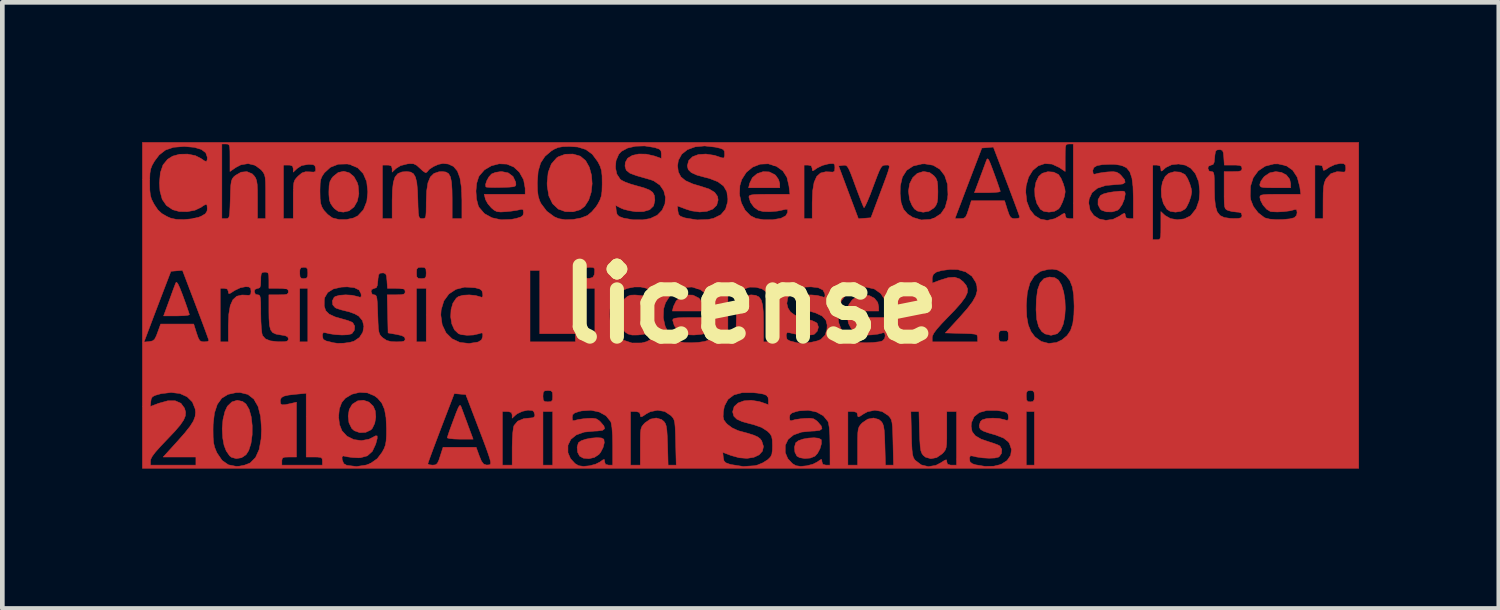
<source format=kicad_pcb>
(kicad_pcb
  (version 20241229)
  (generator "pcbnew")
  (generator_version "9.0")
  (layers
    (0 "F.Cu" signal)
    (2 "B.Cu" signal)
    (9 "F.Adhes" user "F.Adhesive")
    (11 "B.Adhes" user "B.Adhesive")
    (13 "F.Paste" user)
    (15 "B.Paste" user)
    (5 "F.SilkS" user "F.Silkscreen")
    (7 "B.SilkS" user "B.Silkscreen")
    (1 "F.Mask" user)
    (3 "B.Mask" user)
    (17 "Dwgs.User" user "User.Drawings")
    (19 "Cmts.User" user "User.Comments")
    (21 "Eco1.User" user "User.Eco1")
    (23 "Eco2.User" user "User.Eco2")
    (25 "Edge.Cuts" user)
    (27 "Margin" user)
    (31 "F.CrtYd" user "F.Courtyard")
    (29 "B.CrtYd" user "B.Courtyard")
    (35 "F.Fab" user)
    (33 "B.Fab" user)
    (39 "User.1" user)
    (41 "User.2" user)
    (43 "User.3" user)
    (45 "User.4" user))
  (footprint "license"
    (layer "F.Cu")
    (at 13.053 3.484)
    (property "Reference" "license" (at 0 0 0) (layer "F.SilkS") (effects (font (size 1.524 1.524) (thickness 0.3))))
    (attr through_hole)
    (fp_poly (pts (xy -1.235 -0.202) (xy -1.115 -0.142) (xy -1.094 -0.123) (xy -1.035 -0.039) (xy -1.009 0.047) (xy -1.009 0.051) (xy -1.009 0.139) (xy -1.678 0.139) (xy -1.655 0.043) (xy -1.595 -0.079) (xy -1.493 -0.164) (xy -1.366 -0.207) (xy -1.235 -0.202)) (stroke (width 0.01) (type solid)) (fill yes) (layer "F.Cu"))
    (fp_poly (pts (xy 0.401 -2.846) (xy 0.52 -2.787) (xy 0.541 -2.768) (xy 0.6 -2.683) (xy 0.626 -2.597) (xy 0.626 -2.594) (xy 0.626 -2.505) (xy -0.042 -2.505) (xy -0.02 -2.601) (xy 0.04 -2.723) (xy 0.143 -2.809) (xy 0.269 -2.851) (xy 0.401 -2.846)) (stroke (width 0.01) (type solid)) (fill yes) (layer "F.Cu"))
    (fp_poly (pts (xy 2.552 -0.191) (xy 2.658 -0.135) (xy 2.728 -0.046) (xy 2.749 0.051) (xy 2.749 0.139) (xy 2.418 0.139) (xy 2.265 0.138) (xy 2.168 0.133) (xy 2.115 0.122) (xy 2.092 0.101) (xy 2.088 0.068) (xy 2.088 0.067) (xy 2.111 -0.003) (xy 2.17 -0.086) (xy 2.189 -0.107) (xy 2.302 -0.181) (xy 2.428 -0.208) (xy 2.552 -0.191)) (stroke (width 0.01) (type solid)) (fill yes) (layer "F.Cu"))
    (fp_poly (pts (xy 11.39 -2.835) (xy 11.495 -2.78) (xy 11.566 -2.69) (xy 11.587 -2.594) (xy 11.587 -2.505) (xy 11.256 -2.505) (xy 11.103 -2.506) (xy 11.006 -2.511) (xy 10.953 -2.522) (xy 10.93 -2.543) (xy 10.925 -2.577) (xy 10.925 -2.577) (xy 10.949 -2.647) (xy 11.008 -2.731) (xy 11.027 -2.751) (xy 11.139 -2.826) (xy 11.266 -2.852) (xy 11.39 -2.835)) (stroke (width 0.01) (type solid)) (fill yes) (layer "F.Cu"))
    (fp_poly (pts (xy -8.187 2.093) (xy -8.095 2.181) (xy -8.052 2.28) (xy -8.04 2.412) (xy -8.063 2.546) (xy -8.114 2.654) (xy -8.145 2.688) (xy -8.257 2.742) (xy -8.385 2.748) (xy -8.501 2.707) (xy -8.557 2.657) (xy -8.616 2.536) (xy -8.633 2.392) (xy -8.61 2.251) (xy -8.546 2.141) (xy -8.544 2.138) (xy -8.429 2.066) (xy -8.305 2.053) (xy -8.187 2.093)) (stroke (width 0.01) (type solid)) (fill yes) (layer "F.Cu"))
    (fp_poly (pts (xy -12.287 -0.446) (xy -12.246 -0.359) (xy -12.189 -0.213) (xy -12.173 -0.17) (xy -12.119 -0.022) (xy -12.076 0.102) (xy -12.048 0.187) (xy -12.039 0.217) (xy -12.071 0.23) (xy -12.156 0.239) (xy -12.278 0.243) (xy -12.316 0.244) (xy -12.593 0.244) (xy -12.475 -0.078) (xy -12.422 -0.224) (xy -12.376 -0.35) (xy -12.342 -0.439) (xy -12.332 -0.466) (xy -12.314 -0.479) (xy -12.287 -0.446)) (stroke (width 0.01) (type solid)) (fill yes) (layer "F.Cu"))
    (fp_poly (pts (xy -3.202 2.862) (xy -3.149 2.888) (xy -3.148 2.889) (xy -3.138 2.963) (xy -3.163 3.064) (xy -3.216 3.168) (xy -3.254 3.216) (xy -3.351 3.28) (xy -3.471 3.307) (xy -3.589 3.295) (xy -3.668 3.251) (xy -3.711 3.167) (xy -3.721 3.059) (xy -3.693 2.964) (xy -3.693 2.964) (xy -3.636 2.923) (xy -3.538 2.889) (xy -3.418 2.866) (xy -3.299 2.856) (xy -3.202 2.862)) (stroke (width 0.01) (type solid)) (fill yes) (layer "F.Cu"))
    (fp_poly (pts (xy 1.46 2.868) (xy 1.514 2.897) (xy 1.518 2.904) (xy 1.52 2.986) (xy 1.49 3.092) (xy 1.437 3.192) (xy 1.381 3.253) (xy 1.283 3.293) (xy 1.164 3.303) (xy 1.054 3.285) (xy 0.994 3.251) (xy 0.951 3.167) (xy 0.942 3.059) (xy 0.969 2.964) (xy 0.97 2.964) (xy 1.028 2.92) (xy 1.126 2.886) (xy 1.245 2.865) (xy 1.363 2.858) (xy 1.46 2.868)) (stroke (width 0.01) (type solid)) (fill yes) (layer "F.Cu"))
    (fp_poly (pts (xy 7.997 -2.433) (xy 8.029 -2.418) (xy 8.037 -2.385) (xy 8.038 -2.37) (xy 8.018 -2.259) (xy 7.97 -2.143) (xy 7.907 -2.052) (xy 7.869 -2.021) (xy 7.758 -1.988) (xy 7.637 -1.989) (xy 7.535 -2.022) (xy 7.504 -2.047) (xy 7.454 -2.145) (xy 7.456 -2.253) (xy 7.508 -2.341) (xy 7.578 -2.376) (xy 7.696 -2.406) (xy 7.803 -2.421) (xy 7.927 -2.433) (xy 7.997 -2.433)) (stroke (width 0.01) (type solid)) (fill yes) (layer "F.Cu"))
    (fp_poly (pts (xy -6.211 2.19) (xy -6.202 2.214) (xy -6.173 2.292) (xy -6.128 2.414) (xy -6.075 2.556) (xy -6.059 2.601) (xy -5.952 2.888) (xy -6.229 2.888) (xy -6.358 2.884) (xy -6.455 2.875) (xy -6.504 2.862) (xy -6.507 2.858) (xy -6.495 2.815) (xy -6.464 2.721) (xy -6.417 2.592) (xy -6.372 2.471) (xy -6.314 2.316) (xy -6.273 2.218) (xy -6.246 2.17) (xy -6.227 2.163) (xy -6.211 2.19)) (stroke (width 0.01) (type solid)) (fill yes) (layer "F.Cu"))
    (fp_poly (pts (xy 5.11 -3.103) (xy 5.142 -3.033) (xy 5.189 -2.91) (xy 5.224 -2.815) (xy 5.278 -2.667) (xy 5.321 -2.543) (xy 5.35 -2.458) (xy 5.358 -2.427) (xy 5.326 -2.415) (xy 5.241 -2.406) (xy 5.12 -2.401) (xy 5.081 -2.401) (xy 4.803 -2.401) (xy 4.91 -2.688) (xy 4.964 -2.832) (xy 5.012 -2.962) (xy 5.047 -3.057) (xy 5.054 -3.076) (xy 5.071 -3.117) (xy 5.088 -3.128) (xy 5.11 -3.103)) (stroke (width 0.01) (type solid)) (fill yes) (layer "F.Cu"))
    (fp_poly (pts (xy -10.899 2.079) (xy -10.826 2.134) (xy -10.758 2.249) (xy -10.713 2.41) (xy -10.692 2.598) (xy -10.693 2.793) (xy -10.718 2.978) (xy -10.767 3.132) (xy -10.825 3.222) (xy -10.921 3.286) (xy -11.034 3.305) (xy -11.136 3.277) (xy -11.177 3.245) (xy -11.249 3.141) (xy -11.296 3.019) (xy -11.324 2.865) (xy -11.336 2.664) (xy -11.319 2.467) (xy -11.277 2.294) (xy -11.225 2.182) (xy -11.128 2.089) (xy -11.014 2.054) (xy -10.899 2.079)) (stroke (width 0.01) (type solid)) (fill yes) (layer "F.Cu"))
    (fp_poly (pts (xy -8.611 -2.828) (xy -8.51 -2.745) (xy -8.437 -2.614) (xy -8.419 -2.552) (xy -8.404 -2.377) (xy -8.436 -2.22) (xy -8.508 -2.094) (xy -8.613 -2.011) (xy -8.736 -1.983) (xy -8.842 -1.998) (xy -8.923 -2.054) (xy -8.956 -2.09) (xy -9.008 -2.164) (xy -9.036 -2.243) (xy -9.046 -2.353) (xy -9.047 -2.418) (xy -9.042 -2.551) (xy -9.023 -2.641) (xy -8.983 -2.713) (xy -8.956 -2.746) (xy -8.847 -2.833) (xy -8.728 -2.859) (xy -8.611 -2.828)) (stroke (width 0.01) (type solid)) (fill yes) (layer "F.Cu"))
    (fp_poly (pts (xy -5.199 -2.825) (xy -5.096 -2.747) (xy -5.041 -2.631) (xy -5.037 -2.608) (xy -5.035 -2.568) (xy -5.049 -2.542) (xy -5.092 -2.527) (xy -5.176 -2.519) (xy -5.315 -2.514) (xy -5.343 -2.513) (xy -5.484 -2.511) (xy -5.598 -2.513) (xy -5.667 -2.52) (xy -5.679 -2.524) (xy -5.686 -2.575) (xy -5.661 -2.654) (xy -5.615 -2.737) (xy -5.559 -2.799) (xy -5.556 -2.802) (xy -5.473 -2.835) (xy -5.363 -2.852) (xy -5.339 -2.853) (xy -5.199 -2.825)) (stroke (width 0.01) (type solid)) (fill yes) (layer "F.Cu"))
    (fp_poly (pts (xy 6.502 -2.841) (xy 6.602 -2.792) (xy 6.609 -2.786) (xy 6.661 -2.708) (xy 6.709 -2.594) (xy 6.743 -2.479) (xy 6.75 -2.418) (xy 6.734 -2.319) (xy 6.693 -2.2) (xy 6.642 -2.095) (xy 6.609 -2.051) (xy 6.518 -2) (xy 6.402 -1.983) (xy 6.29 -2) (xy 6.219 -2.044) (xy 6.143 -2.168) (xy 6.102 -2.319) (xy 6.096 -2.478) (xy 6.123 -2.627) (xy 6.182 -2.749) (xy 6.258 -2.816) (xy 6.377 -2.85) (xy 6.502 -2.841)) (stroke (width 0.01) (type solid)) (fill yes) (layer "F.Cu"))
    (fp_poly (pts (xy 6.526 -0.577) (xy 6.608 -0.523) (xy 6.672 -0.415) (xy 6.718 -0.269) (xy 6.745 -0.099) (xy 6.753 0.082) (xy 6.741 0.259) (xy 6.709 0.418) (xy 6.655 0.544) (xy 6.58 0.624) (xy 6.574 0.627) (xy 6.446 0.66) (xy 6.318 0.63) (xy 6.247 0.578) (xy 6.181 0.476) (xy 6.14 0.322) (xy 6.125 0.114) (xy 6.131 -0.104) (xy 6.158 -0.317) (xy 6.213 -0.468) (xy 6.297 -0.559) (xy 6.412 -0.591) (xy 6.526 -0.577)) (stroke (width 0.01) (type solid)) (fill yes) (layer "F.Cu"))
    (fp_poly (pts (xy 9.216 -2.841) (xy 9.316 -2.792) (xy 9.323 -2.786) (xy 9.374 -2.708) (xy 9.423 -2.594) (xy 9.457 -2.479) (xy 9.464 -2.418) (xy 9.447 -2.319) (xy 9.407 -2.2) (xy 9.356 -2.095) (xy 9.323 -2.051) (xy 9.232 -2) (xy 9.116 -1.983) (xy 9.004 -2) (xy 8.933 -2.044) (xy 8.857 -2.168) (xy 8.816 -2.319) (xy 8.81 -2.478) (xy 8.837 -2.627) (xy 8.896 -2.749) (xy 8.972 -2.816) (xy 9.091 -2.85) (xy 9.216 -2.841)) (stroke (width 0.01) (type solid)) (fill yes) (layer "F.Cu"))
    (fp_poly (pts (xy 3.842 -2.832) (xy 3.934 -2.763) (xy 3.979 -2.707) (xy 4.005 -2.642) (xy 4.016 -2.548) (xy 4.019 -2.418) (xy 4.016 -2.279) (xy 4.003 -2.189) (xy 3.976 -2.125) (xy 3.934 -2.073) (xy 3.829 -2.004) (xy 3.703 -1.981) (xy 3.582 -2.006) (xy 3.516 -2.051) (xy 3.463 -2.129) (xy 3.418 -2.235) (xy 3.41 -2.26) (xy 3.388 -2.433) (xy 3.413 -2.592) (xy 3.479 -2.723) (xy 3.577 -2.814) (xy 3.703 -2.853) (xy 3.72 -2.853) (xy 3.842 -2.832)) (stroke (width 0.01) (type solid)) (fill yes) (layer "F.Cu"))
    (fp_poly (pts (xy -3.654 -3.184) (xy -3.652 -3.183) (xy -3.539 -3.088) (xy -3.46 -2.948) (xy -3.413 -2.777) (xy -3.399 -2.593) (xy -3.419 -2.41) (xy -3.472 -2.243) (xy -3.557 -2.11) (xy -3.652 -2.036) (xy -3.807 -1.99) (xy -3.975 -1.994) (xy -4.124 -2.048) (xy -4.126 -2.049) (xy -4.248 -2.164) (xy -4.328 -2.33) (xy -4.363 -2.545) (xy -4.365 -2.61) (xy -4.342 -2.836) (xy -4.274 -3.016) (xy -4.162 -3.145) (xy -4.126 -3.17) (xy -3.977 -3.225) (xy -3.81 -3.229) (xy -3.654 -3.184)) (stroke (width 0.01) (type solid)) (fill yes) (layer "F.Cu"))
    (fp_poly (pts (xy 13.048 3.514) (xy -13.048 3.514) (xy -13.048 2.187) (xy -12.878 2.187) (xy -12.702 2.12) (xy -12.504 2.065) (xy -12.343 2.065) (xy -12.222 2.118) (xy -12.144 2.224) (xy -12.144 2.226) (xy -12.121 2.306) (xy -12.126 2.387) (xy -12.163 2.477) (xy -12.237 2.585) (xy -12.354 2.722) (xy -12.515 2.891) (xy -12.665 3.049) (xy -12.77 3.167) (xy -12.836 3.255) (xy -12.868 3.318) (xy -12.874 3.352) (xy -12.874 3.445) (xy -11.9 3.445) (xy -11.9 3.271) (xy -12.602 3.271) (xy -12.293 2.931) (xy -12.137 2.754) (xy -12.078 2.679) (xy -11.532 2.679) (xy -11.53 2.847) (xy -11.52 2.968) (xy -11.498 3.063) (xy -11.46 3.156) (xy -11.447 3.184) (xy -11.339 3.343) (xy -11.203 3.438) (xy -11.038 3.471) (xy -10.969 3.468) (xy -10.852 3.444) (xy -10.748 3.404) (xy -10.731 3.394) (xy -10.62 3.281) (xy -10.543 3.11) (xy -10.501 2.882) (xy -10.492 2.679) (xy -10.511 2.404) (xy -10.566 2.187) (xy -10.631 2.074) (xy -10.09 2.074) (xy -10.083 2.127) (xy -10.053 2.151) (xy -9.984 2.148) (xy -9.873 2.125) (xy -9.742 2.095) (xy -9.742 3.271) (xy -9.899 3.271) (xy -9.996 3.274) (xy -10.041 3.292) (xy -10.055 3.334) (xy -10.056 3.358) (xy -10.056 3.445) (xy -9.186 3.445) (xy -9.186 3.358) (xy -9.191 3.306) (xy -9.22 3.28) (xy -9.29 3.272) (xy -9.36 3.271) (xy -9.534 3.271) (xy -9.534 2.408) (xy -8.839 2.408) (xy -8.819 2.575) (xy -8.767 2.707) (xy -8.658 2.825) (xy -8.512 2.897) (xy -8.348 2.919) (xy -8.185 2.888) (xy -8.116 2.854) (xy -8.045 2.816) (xy -8.011 2.819) (xy -8.01 2.871) (xy -8.038 2.979) (xy -8.043 2.996) (xy -8.115 3.15) (xy -8.222 3.246) (xy -8.37 3.286) (xy -8.414 3.288) (xy -8.537 3.282) (xy -8.648 3.267) (xy -8.675 3.261) (xy -8.743 3.247) (xy -8.765 3.272) (xy -8.762 3.329) (xy -8.728 3.413) (xy -8.664 3.449) (xy -8.454 3.475) (xy -8.246 3.443) (xy -8.183 3.419) (xy -6.924 3.419) (xy -6.894 3.437) (xy -6.822 3.445) (xy -6.761 3.439) (xy -6.721 3.409) (xy -6.688 3.341) (xy -6.659 3.253) (xy -6.598 3.062) (xy -5.887 3.062) (xy -5.823 3.24) (xy -5.774 3.359) (xy -5.725 3.423) (xy -5.664 3.443) (xy -5.607 3.439) (xy -5.587 3.431) (xy -5.577 3.41) (xy -5.579 3.369) (xy -5.597 3.299) (xy -5.632 3.193) (xy -5.686 3.042) (xy -5.762 2.84) (xy -5.824 2.679) (xy -5.97 2.296) (xy -5.324 2.296) (xy -5.324 3.445) (xy -5.115 3.445) (xy -5.115 3.064) (xy -5.111 2.899) (xy -5.102 2.753) (xy -5.088 2.644) (xy -5.076 2.598) (xy -4.996 2.502) (xy -4.866 2.448) (xy -4.748 2.436) (xy -4.665 2.428) (xy -4.631 2.397) (xy -4.628 2.365) (xy -4.65 2.298) (xy -4.652 2.296) (xy -4.454 2.296) (xy -4.454 3.445) (xy -4.245 3.445) (xy -4.245 3.175) (xy -3.918 3.175) (xy -3.918 3.178) (xy -3.863 3.306) (xy -3.764 3.413) (xy -3.688 3.457) (xy -3.587 3.472) (xy -3.455 3.459) (xy -3.325 3.425) (xy -3.232 3.378) (xy -3.166 3.331) (xy -3.138 3.324) (xy -3.132 3.358) (xy -3.132 3.374) (xy -3.112 3.429) (xy -3.045 3.445) (xy -2.958 3.445) (xy -2.958 3.018) (xy -2.962 2.805) (xy -2.974 2.641) (xy -2.992 2.534) (xy -3.002 2.509) (xy -3.101 2.386) (xy -3.247 2.305) (xy -3.288 2.296) (xy -2.575 2.296) (xy -2.575 3.445) (xy -2.366 3.445) (xy -2.366 3.042) (xy -2.365 2.869) (xy -2.362 2.751) (xy -2.352 2.672) (xy -2.333 2.619) (xy -2.301 2.576) (xy -2.264 2.537) (xy -2.148 2.458) (xy -2.024 2.434) (xy -1.911 2.466) (xy -1.858 2.509) (xy -1.829 2.55) (xy -1.809 2.608) (xy -1.796 2.697) (xy -1.787 2.829) (xy -1.78 3.013) (xy -1.769 3.445) (xy -1.595 3.445) (xy -1.602 3.171) (xy -0.596 3.171) (xy -0.585 3.282) (xy -0.571 3.352) (xy -0.532 3.394) (xy -0.45 3.424) (xy -0.418 3.433) (xy -0.157 3.474) (xy 0.085 3.458) (xy 0.148 3.443) (xy 0.264 3.395) (xy 0.368 3.329) (xy 0.374 3.324) (xy 0.428 3.27) (xy 0.457 3.21) (xy 0.461 3.175) (xy 0.744 3.175) (xy 0.745 3.178) (xy 0.799 3.306) (xy 0.899 3.413) (xy 0.974 3.457) (xy 1.076 3.472) (xy 1.207 3.459) (xy 1.338 3.425) (xy 1.43 3.378) (xy 1.497 3.331) (xy 1.525 3.324) (xy 1.531 3.358) (xy 1.531 3.374) (xy 1.551 3.429) (xy 1.618 3.445) (xy 1.705 3.445) (xy 1.704 3.018) (xy 1.7 2.805) (xy 1.689 2.641) (xy 1.67 2.534) (xy 1.661 2.509) (xy 1.561 2.386) (xy 1.415 2.305) (xy 1.375 2.296) (xy 2.088 2.296) (xy 2.088 3.445) (xy 2.296 3.445) (xy 2.296 3.042) (xy 2.297 2.869) (xy 2.301 2.751) (xy 2.311 2.672) (xy 2.33 2.619) (xy 2.361 2.576) (xy 2.398 2.537) (xy 2.514 2.458) (xy 2.638 2.434) (xy 2.752 2.466) (xy 2.804 2.509) (xy 2.833 2.55) (xy 2.853 2.608) (xy 2.867 2.697) (xy 2.876 2.829) (xy 2.882 3.013) (xy 2.894 3.445) (xy 3.067 3.445) (xy 3.056 2.958) (xy 3.051 2.765) (xy 3.045 2.628) (xy 3.035 2.535) (xy 3.02 2.473) (xy 2.997 2.43) (xy 2.964 2.391) (xy 2.953 2.38) (xy 2.825 2.296) (xy 3.439 2.296) (xy 3.451 2.78) (xy 3.456 2.977) (xy 3.464 3.117) (xy 3.475 3.213) (xy 3.491 3.276) (xy 3.515 3.32) (xy 3.532 3.341) (xy 3.663 3.44) (xy 3.815 3.477) (xy 3.975 3.45) (xy 4.083 3.394) (xy 4.162 3.343) (xy 4.199 3.33) (xy 4.21 3.354) (xy 4.21 3.376) (xy 4.227 3.426) (xy 4.289 3.444) (xy 4.315 3.445) (xy 4.419 3.445) (xy 4.419 3.315) (xy 4.697 3.315) (xy 4.71 3.378) (xy 4.761 3.416) (xy 4.828 3.438) (xy 5.026 3.471) (xy 5.217 3.468) (xy 5.372 3.431) (xy 5.503 3.347) (xy 5.58 3.235) (xy 5.598 3.109) (xy 5.554 2.98) (xy 5.53 2.945) (xy 5.428 2.864) (xy 5.265 2.801) (xy 5.26 2.799) (xy 5.101 2.753) (xy 4.998 2.716) (xy 4.938 2.681) (xy 4.912 2.641) (xy 4.906 2.594) (xy 4.932 2.51) (xy 4.973 2.472) (xy 5.065 2.446) (xy 5.194 2.437) (xy 5.33 2.444) (xy 5.441 2.469) (xy 5.443 2.47) (xy 5.507 2.487) (xy 5.53 2.462) (xy 5.532 2.419) (xy 5.525 2.356) (xy 5.492 2.316) (xy 5.434 2.296) (xy 5.915 2.296) (xy 5.915 3.445) (xy 6.089 3.445) (xy 6.089 2.296) (xy 5.915 2.296) (xy 5.434 2.296) (xy 5.421 2.292) (xy 5.296 2.274) (xy 5.275 2.272) (xy 5.069 2.272) (xy 4.908 2.316) (xy 4.797 2.404) (xy 4.74 2.531) (xy 4.732 2.611) (xy 4.753 2.725) (xy 4.822 2.815) (xy 4.946 2.887) (xy 5.097 2.939) (xy 5.215 2.977) (xy 5.308 3.012) (xy 5.35 3.035) (xy 5.39 3.106) (xy 5.383 3.194) (xy 5.333 3.264) (xy 5.319 3.273) (xy 5.24 3.292) (xy 5.118 3.297) (xy 4.978 3.289) (xy 4.843 3.269) (xy 4.776 3.252) (xy 4.718 3.244) (xy 4.698 3.283) (xy 4.697 3.315) (xy 4.419 3.315) (xy 4.419 2.296) (xy 4.21 2.296) (xy 4.21 2.699) (xy 4.21 2.872) (xy 4.206 2.991) (xy 4.196 3.069) (xy 4.177 3.122) (xy 4.146 3.165) (xy 4.108 3.204) (xy 3.992 3.283) (xy 3.868 3.307) (xy 3.755 3.275) (xy 3.702 3.232) (xy 3.674 3.191) (xy 3.653 3.133) (xy 3.64 3.044) (xy 3.631 2.912) (xy 3.624 2.728) (xy 3.613 2.296) (xy 3.439 2.296) (xy 2.825 2.296) (xy 2.821 2.294) (xy 2.668 2.267) (xy 2.51 2.299) (xy 2.427 2.344) (xy 2.347 2.397) (xy 2.309 2.41) (xy 2.297 2.388) (xy 2.296 2.365) (xy 2.28 2.315) (xy 2.217 2.297) (xy 2.192 2.296) (xy 2.088 2.296) (xy 1.375 2.296) (xy 1.238 2.268) (xy 1.041 2.281) (xy 0.983 2.294) (xy 0.888 2.326) (xy 0.845 2.364) (xy 0.835 2.423) (xy 0.844 2.485) (xy 0.878 2.492) (xy 0.896 2.485) (xy 0.963 2.467) (xy 1.072 2.451) (xy 1.155 2.443) (xy 1.275 2.439) (xy 1.351 2.451) (xy 1.409 2.487) (xy 1.443 2.518) (xy 1.517 2.605) (xy 1.532 2.664) (xy 1.485 2.699) (xy 1.374 2.713) (xy 1.313 2.715) (xy 1.095 2.736) (xy 0.924 2.796) (xy 0.806 2.892) (xy 0.745 3.019) (xy 0.744 3.175) (xy 0.461 3.175) (xy 0.468 3.12) (xy 0.47 3.027) (xy 0.466 2.904) (xy 0.451 2.826) (xy 0.414 2.767) (xy 0.36 2.715) (xy 0.237 2.636) (xy 0.059 2.574) (xy -0.005 2.559) (xy -0.18 2.511) (xy -0.295 2.459) (xy -0.359 2.395) (xy -0.382 2.312) (xy -0.383 2.294) (xy -0.352 2.189) (xy -0.268 2.112) (xy -0.143 2.066) (xy 0.012 2.054) (xy 0.185 2.081) (xy 0.252 2.102) (xy 0.383 2.149) (xy 0.383 2.052) (xy 0.375 1.99) (xy 0.356 1.966) (xy 5.915 1.966) (xy 5.922 2.048) (xy 5.951 2.082) (xy 6.002 2.088) (xy 6.061 2.079) (xy 6.085 2.038) (xy 6.089 1.966) (xy 6.083 1.884) (xy 6.053 1.85) (xy 6.002 1.844) (xy 5.943 1.853) (xy 5.919 1.894) (xy 5.915 1.966) (xy 0.356 1.966) (xy 0.342 1.948) (xy 0.272 1.92) (xy 0.152 1.9) (xy 0.049 1.89) (xy -0.179 1.89) (xy -0.357 1.938) (xy -0.484 2.034) (xy -0.561 2.178) (xy -0.583 2.294) (xy -0.589 2.404) (xy -0.573 2.476) (xy -0.525 2.541) (xy -0.497 2.57) (xy -0.395 2.646) (xy -0.27 2.704) (xy -0.24 2.713) (xy -0.057 2.762) (xy 0.071 2.803) (xy 0.155 2.841) (xy 0.208 2.882) (xy 0.239 2.925) (xy 0.277 3.044) (xy 0.255 3.145) (xy 0.184 3.224) (xy 0.071 3.277) (xy -0.075 3.3) (xy -0.243 3.287) (xy -0.419 3.238) (xy -0.596 3.171) (xy -1.602 3.171) (xy -1.607 2.958) (xy -1.612 2.765) (xy -1.618 2.628) (xy -1.627 2.535) (xy -1.642 2.473) (xy -1.665 2.43) (xy -1.699 2.391) (xy -1.71 2.38) (xy -1.841 2.294) (xy -1.995 2.267) (xy -2.152 2.299) (xy -2.236 2.344) (xy -2.315 2.397) (xy -2.353 2.41) (xy -2.365 2.388) (xy -2.366 2.365) (xy -2.383 2.315) (xy -2.445 2.297) (xy -2.47 2.296) (xy -2.575 2.296) (xy -3.288 2.296) (xy -3.425 2.268) (xy -3.621 2.281) (xy -3.68 2.294) (xy -3.774 2.326) (xy -3.817 2.364) (xy -3.827 2.423) (xy -3.819 2.485) (xy -3.784 2.492) (xy -3.767 2.485) (xy -3.699 2.467) (xy -3.59 2.451) (xy -3.507 2.443) (xy -3.388 2.439) (xy -3.312 2.451) (xy -3.253 2.487) (xy -3.22 2.518) (xy -3.146 2.605) (xy -3.131 2.664) (xy -3.177 2.699) (xy -3.288 2.713) (xy -3.349 2.715) (xy -3.568 2.736) (xy -3.738 2.796) (xy -3.856 2.892) (xy -3.918 3.019) (xy -3.918 3.175) (xy -4.245 3.175) (xy -4.245 2.296) (xy -4.454 2.296) (xy -4.652 2.296) (xy -4.68 2.274) (xy -4.777 2.265) (xy -4.896 2.291) (xy -5.004 2.341) (xy -5.039 2.368) (xy -5.115 2.438) (xy -5.115 2.367) (xy -5.131 2.316) (xy -5.19 2.297) (xy -5.219 2.296) (xy -5.324 2.296) (xy -5.97 2.296) (xy -6.096 1.966) (xy -4.454 1.966) (xy -4.448 2.048) (xy -4.418 2.081) (xy -4.349 2.088) (xy -4.279 2.081) (xy -4.25 2.046) (xy -4.245 1.966) (xy -4.251 1.884) (xy -4.28 1.851) (xy -4.349 1.844) (xy -4.419 1.851) (xy -4.448 1.885) (xy -4.454 1.966) (xy -6.096 1.966) (xy -6.109 1.931) (xy -6.233 1.921) (xy -6.357 1.91) (xy -6.641 2.651) (xy -6.722 2.865) (xy -6.794 3.056) (xy -6.854 3.217) (xy -6.897 3.336) (xy -6.921 3.406) (xy -6.924 3.419) (xy -8.183 3.419) (xy -8.152 3.407) (xy -8.008 3.306) (xy -7.907 3.172) (xy -7.862 3.09) (xy -7.834 3.014) (xy -7.819 2.925) (xy -7.812 2.803) (xy -7.811 2.662) (xy -7.821 2.428) (xy -7.853 2.249) (xy -7.912 2.113) (xy -8.002 2.008) (xy -8.069 1.958) (xy -8.221 1.894) (xy -8.389 1.884) (xy -8.553 1.924) (xy -8.694 2.009) (xy -8.772 2.102) (xy -8.823 2.24) (xy -8.839 2.408) (xy -9.534 2.408) (xy -9.534 1.904) (xy -9.752 1.924) (xy -9.91 1.942) (xy -10.011 1.965) (xy -10.066 1.997) (xy -10.088 2.044) (xy -10.09 2.074) (xy -10.631 2.074) (xy -10.657 2.028) (xy -10.785 1.928) (xy -10.949 1.888) (xy -11.037 1.889) (xy -11.211 1.927) (xy -11.345 2.009) (xy -11.441 2.141) (xy -11.502 2.326) (xy -11.53 2.568) (xy -11.532 2.679) (xy -12.078 2.679) (xy -12.026 2.614) (xy -11.954 2.5) (xy -11.917 2.402) (xy -11.908 2.31) (xy -11.916 2.239) (xy -11.976 2.09) (xy -12.088 1.979) (xy -12.242 1.909) (xy -12.431 1.886) (xy -12.645 1.912) (xy -12.665 1.917) (xy -12.774 1.948) (xy -12.833 1.979) (xy -12.859 2.023) (xy -12.867 2.076) (xy -12.878 2.187) (xy -13.048 2.187) (xy -13.048 0.805) (xy -13.014 0.805) (xy -12.901 0.794) (xy -12.833 0.781) (xy -12.787 0.746) (xy -12.749 0.672) (xy -12.722 0.6) (xy -12.656 0.418) (xy -11.947 0.418) (xy -11.887 0.609) (xy -11.849 0.718) (xy -11.816 0.775) (xy -11.772 0.797) (xy -11.724 0.8) (xy -11.651 0.793) (xy -11.621 0.775) (xy -11.633 0.737) (xy -11.667 0.643) (xy -11.718 0.503) (xy -11.784 0.327) (xy -11.861 0.124) (xy -11.905 0.008) (xy -12.041 -0.348) (xy -11.378 -0.348) (xy -11.378 0.8) (xy -11.204 0.8) (xy -11.204 0.451) (xy -11.194 0.206) (xy -11.163 0.023) (xy -11.107 -0.103) (xy -11.025 -0.178) (xy -10.912 -0.205) (xy -10.835 -0.202) (xy -10.755 -0.198) (xy -10.723 -0.222) (xy -10.717 -0.278) (xy -10.647 -0.278) (xy -10.623 -0.22) (xy -10.578 -0.209) (xy -10.548 -0.205) (xy -10.528 -0.184) (xy -10.516 -0.136) (xy -10.51 -0.047) (xy -10.508 0.092) (xy -10.508 0.194) (xy -10.505 0.36) (xy -10.496 0.506) (xy -10.484 0.615) (xy -10.471 0.665) (xy -10.407 0.737) (xy -10.301 0.779) (xy -10.143 0.797) (xy -10.099 0.798) (xy -9.991 0.796) (xy -9.936 0.782) (xy -9.917 0.751) (xy -9.916 0.735) (xy -9.931 0.693) (xy -9.986 0.667) (xy -10.08 0.652) (xy -10.182 0.634) (xy -10.253 0.601) (xy -10.298 0.541) (xy -10.322 0.443) (xy -10.332 0.294) (xy -10.334 0.15) (xy -10.334 -0.209) (xy -10.125 -0.209) (xy -10.009 -0.211) (xy -9.946 -0.222) (xy -9.92 -0.248) (xy -9.916 -0.278) (xy -9.924 -0.317) (xy -9.958 -0.338) (xy -10.033 -0.347) (xy -10.125 -0.348) (xy -9.673 -0.348) (xy -9.673 0.8) (xy -9.499 0.8) (xy -9.499 0.674) (xy -9.186 0.674) (xy -9.169 0.746) (xy -9.105 0.782) (xy -9.09 0.785) (xy -9.007 0.805) (xy -8.96 0.818) (xy -8.861 0.832) (xy -8.728 0.829) (xy -8.596 0.811) (xy -8.508 0.786) (xy -8.391 0.706) (xy -8.319 0.594) (xy -8.296 0.468) (xy -8.326 0.345) (xy -8.407 0.247) (xy -8.493 0.199) (xy -8.611 0.156) (xy -8.668 0.142) (xy -8.784 0.113) (xy -8.879 0.082) (xy -8.91 0.068) (xy -8.964 0.006) (xy -8.973 -0.078) (xy -8.936 -0.153) (xy -8.91 -0.173) (xy -8.817 -0.199) (xy -8.687 -0.208) (xy -8.551 -0.2) (xy -8.439 -0.174) (xy -8.438 -0.174) (xy -8.373 -0.155) (xy -8.353 -0.178) (xy -8.357 -0.233) (xy -8.381 -0.278) (xy -8.142 -0.278) (xy -8.117 -0.22) (xy -8.076 -0.209) (xy -8.048 -0.203) (xy -8.029 -0.18) (xy -8.016 -0.126) (xy -8.007 -0.031) (xy -8.001 0.116) (xy -7.998 0.212) (xy -7.992 0.389) (xy -7.985 0.511) (xy -7.973 0.592) (xy -7.954 0.644) (xy -7.924 0.683) (xy -7.888 0.716) (xy -7.807 0.77) (xy -7.711 0.795) (xy -7.601 0.8) (xy -7.49 0.797) (xy -7.432 0.783) (xy -7.412 0.753) (xy -7.411 0.737) (xy -7.428 0.695) (xy -7.487 0.665) (xy -7.594 0.641) (xy -7.777 0.609) (xy -7.786 0.2) (xy -7.796 -0.209) (xy -7.604 -0.209) (xy -7.493 -0.212) (xy -7.435 -0.225) (xy -7.413 -0.253) (xy -7.411 -0.278) (xy -7.42 -0.319) (xy -7.456 -0.34) (xy -7.536 -0.347) (xy -7.601 -0.348) (xy -7.168 -0.348) (xy -7.168 0.8) (xy -6.959 0.8) (xy -6.959 0.223) (xy -6.646 0.223) (xy -6.616 0.434) (xy -6.534 0.606) (xy -6.405 0.734) (xy -6.238 0.812) (xy -6.04 0.835) (xy -5.845 0.804) (xy -5.771 0.757) (xy -5.747 0.686) (xy -5.745 0.621) (xy -5.774 0.608) (xy -5.828 0.626) (xy -5.946 0.653) (xy -6.083 0.659) (xy -6.207 0.645) (xy -6.265 0.625) (xy -6.353 0.542) (xy -6.41 0.415) (xy -6.434 0.265) (xy -6.426 0.11) (xy -6.386 -0.03) (xy -6.313 -0.138) (xy -6.265 -0.173) (xy -6.167 -0.2) (xy -6.035 -0.207) (xy -5.901 -0.194) (xy -5.828 -0.174) (xy -5.763 -0.155) (xy -5.744 -0.179) (xy -5.747 -0.235) (xy -5.763 -0.296) (xy -5.806 -0.332) (xy -5.895 -0.357) (xy -5.919 -0.361) (xy -6.134 -0.374) (xy -6.321 -0.327) (xy -6.472 -0.227) (xy -6.58 -0.079) (xy -6.638 0.112) (xy -6.646 0.223) (xy -6.959 0.223) (xy -6.959 -0.348) (xy -7.168 -0.348) (xy -7.601 -0.348) (xy -7.79 -0.348) (xy -7.801 -0.513) (xy -7.811 -0.613) (xy -7.831 -0.662) (xy -7.873 -0.678) (xy -7.898 -0.678) (xy -7.168 -0.678) (xy -7.162 -0.597) (xy -7.132 -0.563) (xy -7.063 -0.557) (xy -6.993 -0.564) (xy -6.964 -0.598) (xy -6.959 -0.678) (xy -6.963 -0.731) (xy -4.732 -0.731) (xy -4.732 0.8) (xy -3.758 0.8) (xy -3.758 0.626) (xy -4.523 0.626) (xy -4.523 -0.348) (xy -3.549 -0.348) (xy -3.549 0.8) (xy -3.34 0.8) (xy -3.34 0.226) (xy -3.027 0.226) (xy -3.007 0.431) (xy -2.944 0.587) (xy -2.833 0.704) (xy -2.748 0.757) (xy -2.545 0.825) (xy -2.338 0.824) (xy -2.232 0.797) (xy -2.151 0.754) (xy -2.123 0.691) (xy -2.122 0.671) (xy -2.131 0.61) (xy -2.167 0.605) (xy -2.183 0.612) (xy -2.253 0.63) (xy -2.361 0.647) (xy -2.419 0.653) (xy -2.542 0.654) (xy -2.629 0.631) (xy -2.688 0.592) (xy -2.782 0.477) (xy -2.831 0.329) (xy -2.832 0.284) (xy -1.873 0.284) (xy -1.832 0.467) (xy -1.749 0.625) (xy -1.63 0.744) (xy -1.519 0.799) (xy -1.414 0.816) (xy -1.274 0.82) (xy -1.125 0.812) (xy -0.992 0.793) (xy -0.905 0.766) (xy -0.849 0.706) (xy -0.835 0.656) (xy -0.847 0.605) (xy -0.896 0.603) (xy -0.913 0.608) (xy -1.057 0.639) (xy -1.215 0.653) (xy -1.361 0.648) (xy -1.463 0.626) (xy -1.561 0.556) (xy -1.637 0.451) (xy -1.67 0.341) (xy -1.67 0.332) (xy -1.661 0.31) (xy -1.626 0.294) (xy -1.556 0.285) (xy -1.438 0.28) (xy -1.263 0.278) (xy -1.23 0.278) (xy -0.791 0.278) (xy -0.812 0.096) (xy -0.856 -0.087) (xy -0.942 -0.221) (xy -1.078 -0.32) (xy -1.081 -0.322) (xy -1.166 -0.348) (xy -0.487 -0.348) (xy -0.487 0.8) (xy -0.403 0.8) (xy -0.368 0.798) (xy -0.344 0.784) (xy -0.328 0.747) (xy -0.319 0.674) (xy -0.313 0.555) (xy -0.307 0.38) (xy -0.302 0.202) (xy -0.295 0.08) (xy -0.283 -0.000135) (xy -0.264 -0.053) (xy -0.235 -0.091) (xy -0.198 -0.125) (xy -0.081 -0.192) (xy 0.011 -0.208) (xy 0.109 -0.198) (xy 0.18 -0.164) (xy 0.229 -0.096) (xy 0.259 0.014) (xy 0.274 0.176) (xy 0.278 0.398) (xy 0.278 0.8) (xy 0.487 0.8) (xy 0.487 0.674) (xy 0.765 0.674) (xy 0.782 0.746) (xy 0.846 0.782) (xy 0.861 0.785) (xy 0.944 0.806) (xy 0.992 0.82) (xy 1.069 0.83) (xy 1.187 0.824) (xy 1.318 0.806) (xy 1.434 0.779) (xy 1.508 0.749) (xy 1.598 0.658) (xy 1.639 0.531) (xy 1.643 0.438) (xy 1.615 0.33) (xy 1.603 0.318) (xy 1.882 0.318) (xy 1.894 0.399) (xy 1.946 0.532) (xy 2.04 0.66) (xy 2.157 0.76) (xy 2.239 0.799) (xy 2.339 0.815) (xy 2.479 0.82) (xy 2.628 0.814) (xy 2.759 0.799) (xy 2.827 0.781) (xy 2.876 0.73) (xy 2.888 0.671) (xy 2.878 0.61) (xy 2.842 0.604) (xy 2.827 0.61) (xy 2.734 0.634) (xy 2.603 0.65) (xy 2.464 0.657) (xy 2.348 0.653) (xy 2.314 0.647) (xy 2.234 0.599) (xy 2.156 0.51) (xy 2.102 0.407) (xy 2.088 0.339) (xy 2.094 0.314) (xy 2.12 0.297) (xy 2.177 0.286) (xy 2.275 0.281) (xy 2.427 0.279) (xy 2.527 0.278) (xy 2.967 0.278) (xy 2.945 0.116) (xy 2.891 -0.087) (xy 2.793 -0.238) (xy 2.655 -0.335) (xy 2.48 -0.374) (xy 2.39 -0.372) (xy 2.203 -0.325) (xy 2.054 -0.224) (xy 1.947 -0.078) (xy 1.888 0.105) (xy 1.882 0.318) (xy 1.603 0.318) (xy 1.536 0.246) (xy 1.397 0.18) (xy 1.302 0.152) (xy 1.181 0.117) (xy 1.081 0.084) (xy 1.035 0.065) (xy 0.987 0.005) (xy 0.977 -0.081) (xy 1.01 -0.16) (xy 1.016 -0.167) (xy 1.078 -0.192) (xy 1.183 -0.206) (xy 1.309 -0.206) (xy 1.431 -0.195) (xy 1.514 -0.174) (xy 1.578 -0.155) (xy 1.598 -0.178) (xy 1.594 -0.233) (xy 1.552 -0.313) (xy 1.451 -0.362) (xy 1.296 -0.38) (xy 1.172 -0.374) (xy 1.003 -0.334) (xy 0.876 -0.256) (xy 0.799 -0.15) (xy 0.778 -0.024) (xy 0.802 0.073) (xy 0.855 0.158) (xy 0.945 0.224) (xy 1.082 0.278) (xy 1.207 0.312) (xy 1.318 0.344) (xy 1.402 0.382) (xy 1.429 0.403) (xy 1.456 0.482) (xy 1.433 0.569) (xy 1.371 0.634) (xy 1.337 0.647) (xy 1.238 0.657) (xy 1.102 0.651) (xy 0.958 0.633) (xy 0.844 0.607) (xy 0.786 0.6) (xy 0.767 0.638) (xy 0.765 0.674) (xy 0.487 0.674) (xy 0.486 0.461) (xy 0.477 0.194) (xy 0.453 -0.012) (xy 0.409 -0.164) (xy 0.342 -0.269) (xy 0.249 -0.335) (xy 0.126 -0.369) (xy 0.1 -0.372) (xy -0.018 -0.374) (xy -0.117 -0.341) (xy -0.183 -0.3) (xy -0.262 -0.248) (xy -0.301 -0.234) (xy -0.312 -0.256) (xy -0.313 -0.279) (xy -0.334 -0.333) (xy -0.4 -0.348) (xy -0.487 -0.348) (xy -1.166 -0.348) (xy -1.256 -0.376) (xy -1.43 -0.367) (xy -1.591 -0.304) (xy -1.727 -0.192) (xy -1.825 -0.038) (xy -1.865 0.091) (xy -1.873 0.284) (xy -2.832 0.284) (xy -2.835 0.166) (xy -2.793 0.01) (xy -2.708 -0.116) (xy -2.641 -0.175) (xy -2.575 -0.201) (xy -2.482 -0.205) (xy -2.426 -0.201) (xy -2.31 -0.188) (xy -2.215 -0.17) (xy -2.183 -0.159) (xy -2.138 -0.152) (xy -2.123 -0.196) (xy -2.122 -0.219) (xy -2.153 -0.296) (xy -2.235 -0.35) (xy -2.354 -0.377) (xy -2.494 -0.377) (xy -2.641 -0.348) (xy -2.748 -0.304) (xy -2.888 -0.205) (xy -2.977 -0.072) (xy -3.021 0.104) (xy -3.027 0.226) (xy -3.34 0.226) (xy -3.34 -0.348) (xy -3.549 -0.348) (xy -4.523 -0.348) (xy -4.523 -0.561) (xy 3.897 -0.561) (xy 3.897 -0.459) (xy 4.071 -0.525) (xy 4.244 -0.578) (xy 4.376 -0.587) (xy 4.484 -0.551) (xy 4.561 -0.49) (xy 4.625 -0.413) (xy 4.656 -0.336) (xy 4.65 -0.252) (xy 4.603 -0.152) (xy 4.513 -0.03) (xy 4.375 0.125) (xy 4.243 0.261) (xy 4.096 0.414) (xy 3.994 0.529) (xy 3.932 0.613) (xy 3.902 0.675) (xy 3.897 0.707) (xy 3.897 0.8) (xy 4.871 0.8) (xy 4.871 0.715) (xy 4.869 0.678) (xy 5.324 0.678) (xy 5.329 0.76) (xy 5.359 0.794) (xy 5.428 0.8) (xy 5.498 0.793) (xy 5.527 0.759) (xy 5.532 0.678) (xy 5.527 0.597) (xy 5.497 0.563) (xy 5.428 0.557) (xy 5.358 0.564) (xy 5.329 0.598) (xy 5.324 0.678) (xy 4.869 0.678) (xy 4.869 0.675) (xy 4.853 0.65) (xy 4.81 0.635) (xy 4.729 0.626) (xy 4.596 0.621) (xy 4.524 0.619) (xy 4.178 0.609) (xy 4.488 0.271) (xy 4.649 0.088) (xy 4.696 0.027) (xy 5.916 0.027) (xy 5.925 0.258) (xy 5.957 0.436) (xy 6.015 0.577) (xy 6.099 0.691) (xy 6.237 0.792) (xy 6.398 0.834) (xy 6.564 0.814) (xy 6.684 0.756) (xy 6.791 0.666) (xy 6.866 0.555) (xy 6.913 0.409) (xy 6.937 0.218) (xy 6.942 0.035) (xy 6.933 -0.199) (xy 6.904 -0.378) (xy 6.851 -0.514) (xy 6.769 -0.619) (xy 6.681 -0.69) (xy 6.581 -0.743) (xy 6.478 -0.76) (xy 6.392 -0.756) (xy 6.22 -0.713) (xy 6.088 -0.616) (xy 5.994 -0.465) (xy 5.937 -0.258) (xy 5.916 0.008) (xy 5.916 0.027) (xy 4.696 0.027) (xy 4.762 -0.06) (xy 4.831 -0.184) (xy 4.861 -0.293) (xy 4.856 -0.397) (xy 4.832 -0.477) (xy 4.748 -0.609) (xy 4.614 -0.702) (xy 4.441 -0.751) (xy 4.28 -0.754) (xy 4.103 -0.731) (xy 3.986 -0.697) (xy 3.921 -0.647) (xy 3.897 -0.575) (xy 3.897 -0.561) (xy -4.523 -0.561) (xy -4.523 -0.676) (xy -3.549 -0.676) (xy -3.544 -0.594) (xy -3.518 -0.563) (xy -3.456 -0.563) (xy -3.453 -0.563) (xy -3.385 -0.583) (xy -3.354 -0.637) (xy -3.347 -0.687) (xy -3.345 -0.765) (xy -3.374 -0.795) (xy -3.442 -0.8) (xy -3.514 -0.794) (xy -3.543 -0.761) (xy -3.549 -0.68) (xy -3.549 -0.676) (xy -4.523 -0.676) (xy -4.523 -0.731) (xy -4.732 -0.731) (xy -6.963 -0.731) (xy -6.965 -0.76) (xy -6.994 -0.794) (xy -7.063 -0.8) (xy -7.133 -0.793) (xy -7.162 -0.759) (xy -7.168 -0.678) (xy -7.898 -0.678) (xy -7.952 -0.672) (xy -7.979 -0.639) (xy -7.992 -0.562) (xy -7.996 -0.513) (xy -8.007 -0.411) (xy -8.03 -0.361) (xy -8.071 -0.348) (xy -8.074 -0.348) (xy -8.131 -0.322) (xy -8.142 -0.278) (xy -8.381 -0.278) (xy -8.399 -0.313) (xy -8.5 -0.362) (xy -8.655 -0.38) (xy -8.78 -0.374) (xy -8.951 -0.335) (xy -9.072 -0.259) (xy -9.137 -0.149) (xy -9.145 -0.105) (xy -9.147 0.031) (xy -9.115 0.131) (xy -9.04 0.206) (xy -8.913 0.265) (xy -8.751 0.311) (xy -8.642 0.342) (xy -8.559 0.375) (xy -8.534 0.39) (xy -8.493 0.462) (xy -8.5 0.55) (xy -8.55 0.62) (xy -8.564 0.629) (xy -8.643 0.648) (xy -8.765 0.653) (xy -8.905 0.645) (xy -9.04 0.625) (xy -9.107 0.608) (xy -9.165 0.6) (xy -9.184 0.638) (xy -9.186 0.674) (xy -9.499 0.674) (xy -9.499 -0.348) (xy -9.673 -0.348) (xy -10.125 -0.348) (xy -10.334 -0.348) (xy -10.334 -0.522) (xy -10.337 -0.625) (xy -10.351 -0.677) (xy -10.355 -0.678) (xy -9.673 -0.678) (xy -9.666 -0.596) (xy -9.637 -0.562) (xy -9.586 -0.557) (xy -9.527 -0.566) (xy -9.503 -0.607) (xy -9.499 -0.678) (xy -9.505 -0.761) (xy -9.535 -0.795) (xy -9.586 -0.8) (xy -9.645 -0.791) (xy -9.669 -0.75) (xy -9.673 -0.678) (xy -10.355 -0.678) (xy -10.386 -0.694) (xy -10.421 -0.696) (xy -10.473 -0.69) (xy -10.498 -0.661) (xy -10.507 -0.592) (xy -10.508 -0.522) (xy -10.512 -0.418) (xy -10.527 -0.366) (xy -10.561 -0.349) (xy -10.578 -0.348) (xy -10.636 -0.323) (xy -10.647 -0.278) (xy -10.717 -0.278) (xy -10.717 -0.285) (xy -10.725 -0.352) (xy -10.763 -0.378) (xy -10.834 -0.383) (xy -10.946 -0.361) (xy -11.064 -0.305) (xy -11.077 -0.297) (xy -11.155 -0.246) (xy -11.192 -0.233) (xy -11.203 -0.257) (xy -11.204 -0.279) (xy -11.225 -0.333) (xy -11.291 -0.348) (xy -11.378 -0.348) (xy -12.041 -0.348) (xy -12.188 -0.734) (xy -12.312 -0.724) (xy -12.436 -0.713) (xy -12.656 -0.139) (xy -12.733 0.063) (xy -12.807 0.257) (xy -12.871 0.427) (xy -12.921 0.559) (xy -12.944 0.62) (xy -13.014 0.805) (xy -13.048 0.805) (xy -13.048 -2.612) (xy -12.891 -2.612) (xy -12.889 -2.457) (xy -12.877 -2.348) (xy -12.853 -2.262) (xy -12.809 -2.175) (xy -12.795 -2.149) (xy -12.717 -2.033) (xy -12.632 -1.953) (xy -12.517 -1.887) (xy -12.439 -1.853) (xy -12.318 -1.827) (xy -12.16 -1.823) (xy -11.992 -1.839) (xy -11.841 -1.873) (xy -11.784 -1.896) (xy -11.698 -1.947) (xy -11.661 -2.005) (xy -11.656 -2.057) (xy -11.661 -2.13) (xy -11.683 -2.151) (xy -11.737 -2.124) (xy -11.79 -2.086) (xy -11.921 -2.024) (xy -12.086 -1.993) (xy -12.256 -1.996) (xy -12.398 -2.035) (xy -12.533 -2.127) (xy -12.623 -2.258) (xy -12.671 -2.436) (xy -12.682 -2.61) (xy -12.663 -2.828) (xy -12.606 -2.995) (xy -12.507 -3.116) (xy -12.399 -3.184) (xy -12.249 -3.225) (xy -12.077 -3.228) (xy -11.912 -3.195) (xy -11.796 -3.137) (xy -11.714 -3.081) (xy -11.672 -3.07) (xy -11.658 -3.108) (xy -11.656 -3.162) (xy -11.689 -3.257) (xy -11.783 -3.328) (xy -11.935 -3.373) (xy -12.141 -3.391) (xy -12.161 -3.391) (xy -12.379 -3.374) (xy -12.551 -3.316) (xy -12.688 -3.21) (xy -12.787 -3.079) (xy -12.839 -2.989) (xy -12.87 -2.908) (xy -12.886 -2.815) (xy -12.891 -2.686) (xy -12.891 -2.612) (xy -13.048 -2.612) (xy -13.048 -3.445) (xy -11.343 -3.445) (xy -11.343 -1.844) (xy -11.259 -1.844) (xy -11.224 -1.846) (xy -11.199 -1.86) (xy -11.184 -1.898) (xy -11.175 -1.97) (xy -11.169 -2.089) (xy -11.163 -2.265) (xy -11.158 -2.442) (xy -11.151 -2.564) (xy -11.139 -2.645) (xy -11.12 -2.697) (xy -11.091 -2.736) (xy -11.054 -2.769) (xy -10.931 -2.84) (xy -10.806 -2.852) (xy -10.694 -2.806) (xy -10.65 -2.761) (xy -10.618 -2.714) (xy -10.598 -2.658) (xy -10.585 -2.577) (xy -10.579 -2.458) (xy -10.578 -2.286) (xy -10.578 -2.257) (xy -10.578 -1.844) (xy -10.404 -1.844) (xy -10.404 -2.313) (xy -10.404 -2.502) (xy -10.407 -2.635) (xy -10.414 -2.726) (xy -10.429 -2.787) (xy -10.453 -2.833) (xy -10.488 -2.877) (xy -10.5 -2.891) (xy -10.629 -2.988) (xy -10.648 -2.992) (xy -10.021 -2.992) (xy -10.021 -1.844) (xy -9.812 -1.844) (xy -9.812 -2.247) (xy -9.812 -2.42) (xy -9.811 -2.421) (xy -9.238 -2.421) (xy -9.235 -2.271) (xy -9.223 -2.169) (xy -9.197 -2.093) (xy -9.155 -2.023) (xy -9.072 -1.933) (xy -8.978 -1.864) (xy -8.963 -1.857) (xy -8.829 -1.824) (xy -8.672 -1.824) (xy -8.522 -1.856) (xy -8.426 -1.903) (xy -8.305 -2.034) (xy -8.233 -2.214) (xy -8.212 -2.418) (xy -8.236 -2.638) (xy -8.31 -2.81) (xy -8.429 -2.934) (xy -8.564 -2.992) (xy -7.898 -2.992) (xy -7.898 -1.844) (xy -7.69 -1.844) (xy -7.69 -2.229) (xy -7.684 -2.456) (xy -7.664 -2.623) (xy -7.627 -2.738) (xy -7.567 -2.809) (xy -7.48 -2.845) (xy -7.379 -2.853) (xy -7.294 -2.843) (xy -7.232 -2.806) (xy -7.189 -2.732) (xy -7.161 -2.615) (xy -7.145 -2.443) (xy -7.139 -2.276) (xy -7.134 -2.096) (xy -7.128 -1.975) (xy -7.118 -1.901) (xy -7.104 -1.862) (xy -7.08 -1.847) (xy -7.046 -1.844) (xy -7.043 -1.844) (xy -7.005 -1.847) (xy -6.98 -1.862) (xy -6.967 -1.904) (xy -6.961 -1.984) (xy -6.959 -2.116) (xy -6.959 -2.193) (xy -6.95 -2.433) (xy -6.922 -2.612) (xy -6.87 -2.737) (xy -6.792 -2.813) (xy -6.684 -2.849) (xy -6.615 -2.853) (xy -6.536 -2.843) (xy -6.478 -2.808) (xy -6.439 -2.738) (xy -6.416 -2.625) (xy -6.405 -2.459) (xy -6.402 -2.271) (xy -6.402 -1.844) (xy -6.193 -1.844) (xy -6.193 -2.244) (xy -6.2 -2.435) (xy -5.892 -2.435) (xy -5.88 -2.264) (xy -5.842 -2.119) (xy -5.825 -2.085) (xy -5.71 -1.951) (xy -5.549 -1.862) (xy -5.353 -1.819) (xy -5.133 -1.827) (xy -5.026 -1.848) (xy -4.929 -1.879) (xy -4.883 -1.914) (xy -4.871 -1.97) (xy -4.871 -1.974) (xy -4.88 -2.036) (xy -4.921 -2.044) (xy -4.95 -2.036) (xy -5.026 -2.02) (xy -5.143 -2.003) (xy -5.241 -1.993) (xy -5.362 -1.986) (xy -5.441 -1.994) (xy -5.501 -2.024) (xy -5.561 -2.075) (xy -5.636 -2.162) (xy -5.686 -2.252) (xy -5.691 -2.27) (xy -5.714 -2.366) (xy -4.836 -2.366) (xy -4.836 -2.497) (xy -4.857 -2.61) (xy -4.575 -2.61) (xy -4.571 -2.444) (xy -4.556 -2.325) (xy -4.526 -2.229) (xy -4.498 -2.169) (xy -4.374 -2.004) (xy -4.209 -1.882) (xy -4.113 -1.842) (xy -3.974 -1.82) (xy -3.805 -1.826) (xy -3.639 -1.857) (xy -3.506 -1.908) (xy -3.497 -1.913) (xy -3.406 -1.99) (xy -3.315 -2.097) (xy -3.279 -2.152) (xy -3.231 -2.243) (xy -3.202 -2.328) (xy -3.188 -2.43) (xy -3.184 -2.574) (xy -3.184 -2.61) (xy -3.186 -2.764) (xy -3.198 -2.873) (xy -3.217 -2.937) (xy -2.899 -2.937) (xy -2.869 -2.798) (xy -2.797 -2.689) (xy -2.766 -2.665) (xy -2.686 -2.626) (xy -2.567 -2.583) (xy -2.462 -2.553) (xy -2.287 -2.504) (xy -2.17 -2.458) (xy -2.099 -2.407) (xy -2.064 -2.34) (xy -2.054 -2.251) (xy -2.053 -2.238) (xy -2.081 -2.116) (xy -2.165 -2.034) (xy -2.302 -1.994) (xy -2.455 -1.992) (xy -2.591 -2.012) (xy -2.717 -2.043) (xy -2.779 -2.068) (xy -2.893 -2.127) (xy -2.882 -2.012) (xy -2.865 -1.936) (xy -2.822 -1.891) (xy -2.731 -1.856) (xy -2.526 -1.819) (xy -2.309 -1.818) (xy -2.153 -1.845) (xy -2.001 -1.917) (xy -1.896 -2.026) (xy -1.856 -2.117) (xy -1.57 -2.117) (xy -1.559 -2.007) (xy -1.545 -1.936) (xy -1.506 -1.895) (xy -1.425 -1.864) (xy -1.392 -1.856) (xy -1.146 -1.816) (xy -0.911 -1.825) (xy -0.794 -1.85) (xy -0.637 -1.927) (xy -0.536 -2.047) (xy -0.49 -2.209) (xy -0.487 -2.268) (xy -0.501 -2.362) (xy -0.238 -2.362) (xy -0.198 -2.181) (xy -0.117 -2.023) (xy -0.001 -1.905) (xy 0.117 -1.847) (xy 0.287 -1.819) (xy 0.476 -1.82) (xy 0.644 -1.849) (xy 0.661 -1.855) (xy 0.756 -1.905) (xy 0.794 -1.975) (xy 0.795 -1.979) (xy 0.795 -2.038) (xy 0.758 -2.046) (xy 0.725 -2.037) (xy 0.579 -2.006) (xy 0.419 -1.992) (xy 0.273 -1.996) (xy 0.173 -2.019) (xy 0.075 -2.088) (xy -0.001 -2.193) (xy -0.035 -2.304) (xy -0.035 -2.312) (xy -0.026 -2.335) (xy 0.009 -2.35) (xy 0.08 -2.36) (xy 0.197 -2.364) (xy 0.372 -2.366) (xy 0.405 -2.366) (xy 0.845 -2.366) (xy 0.823 -2.548) (xy 0.78 -2.731) (xy 0.694 -2.866) (xy 0.558 -2.964) (xy 0.554 -2.966) (xy 0.469 -2.992) (xy 1.148 -2.992) (xy 1.148 -1.844) (xy 1.322 -1.844) (xy 1.322 -2.193) (xy 1.332 -2.438) (xy 1.363 -2.622) (xy 1.419 -2.748) (xy 1.501 -2.822) (xy 1.614 -2.849) (xy 1.691 -2.846) (xy 1.771 -2.842) (xy 1.803 -2.866) (xy 1.809 -2.934) (xy 1.807 -2.975) (xy 1.889 -2.975) (xy 2.101 -2.408) (xy 2.314 -1.841) (xy 2.582 -1.862) (xy 2.765 -2.349) (xy 2.775 -2.376) (xy 3.209 -2.376) (xy 3.23 -2.185) (xy 3.281 -2.045) (xy 3.37 -1.942) (xy 3.482 -1.87) (xy 3.663 -1.815) (xy 3.853 -1.827) (xy 3.904 -1.844) (xy 4.385 -1.844) (xy 4.5 -1.844) (xy 4.566 -1.849) (xy 4.609 -1.874) (xy 4.641 -1.935) (xy 4.675 -2.035) (xy 4.736 -2.227) (xy 5.45 -2.227) (xy 5.51 -2.035) (xy 5.548 -1.927) (xy 5.582 -1.869) (xy 5.625 -1.847) (xy 5.673 -1.844) (xy 5.746 -1.852) (xy 5.776 -1.87) (xy 5.764 -1.909) (xy 5.731 -2.003) (xy 5.679 -2.143) (xy 5.613 -2.319) (xy 5.576 -2.418) (xy 5.903 -2.418) (xy 5.927 -2.21) (xy 5.993 -2.039) (xy 6.094 -1.911) (xy 6.222 -1.831) (xy 6.368 -1.806) (xy 6.525 -1.842) (xy 6.623 -1.895) (xy 6.702 -1.946) (xy 6.739 -1.959) (xy 6.75 -1.935) (xy 6.75 -1.913) (xy 6.771 -1.859) (xy 6.837 -1.844) (xy 6.924 -1.844) (xy 6.924 -2.176) (xy 7.255 -2.176) (xy 7.284 -2.026) (xy 7.364 -1.911) (xy 7.481 -1.836) (xy 7.623 -1.807) (xy 7.777 -1.829) (xy 7.911 -1.895) (xy 7.989 -1.946) (xy 8.026 -1.959) (xy 8.037 -1.935) (xy 8.038 -1.913) (xy 8.058 -1.859) (xy 8.125 -1.844) (xy 8.212 -1.844) (xy 8.212 -2.282) (xy 8.205 -2.529) (xy 8.182 -2.714) (xy 8.137 -2.847) (xy 8.066 -2.935) (xy 7.961 -2.985) (xy 7.916 -2.992) (xy 8.629 -2.992) (xy 8.629 -1.392) (xy 8.716 -1.392) (xy 8.758 -1.394) (xy 8.783 -1.411) (xy 8.797 -1.456) (xy 8.802 -1.543) (xy 8.803 -1.685) (xy 8.803 -1.995) (xy 8.893 -1.911) (xy 9.009 -1.845) (xy 9.155 -1.82) (xy 9.304 -1.838) (xy 9.429 -1.898) (xy 9.448 -1.914) (xy 9.561 -2.058) (xy 9.623 -2.238) (xy 9.638 -2.418) (xy 9.615 -2.635) (xy 9.544 -2.808) (xy 9.448 -2.923) (xy 9.812 -2.923) (xy 9.837 -2.865) (xy 9.882 -2.853) (xy 9.914 -2.848) (xy 9.934 -2.825) (xy 9.945 -2.771) (xy 9.95 -2.673) (xy 9.951 -2.518) (xy 9.951 -2.514) (xy 9.956 -2.282) (xy 9.975 -2.109) (xy 10.011 -1.989) (xy 10.072 -1.911) (xy 10.162 -1.868) (xy 10.287 -1.849) (xy 10.36 -1.846) (xy 10.467 -1.848) (xy 10.522 -1.862) (xy 10.541 -1.892) (xy 10.543 -1.914) (xy 10.526 -1.965) (xy 10.464 -1.983) (xy 10.441 -1.983) (xy 10.33 -1.996) (xy 10.249 -2.017) (xy 10.211 -2.034) (xy 10.186 -2.058) (xy 10.17 -2.103) (xy 10.163 -2.18) (xy 10.16 -2.303) (xy 10.16 -2.327) (xy 10.72 -2.327) (xy 10.731 -2.247) (xy 10.788 -2.103) (xy 10.891 -1.968) (xy 11.021 -1.868) (xy 11.046 -1.856) (xy 11.14 -1.833) (xy 11.277 -1.822) (xy 11.428 -1.825) (xy 11.569 -1.839) (xy 11.665 -1.863) (xy 11.714 -1.914) (xy 11.726 -1.973) (xy 11.716 -2.034) (xy 11.679 -2.04) (xy 11.665 -2.035) (xy 11.572 -2.011) (xy 11.441 -1.994) (xy 11.302 -1.987) (xy 11.186 -1.992) (xy 11.152 -1.997) (xy 11.072 -2.046) (xy 10.994 -2.135) (xy 10.94 -2.237) (xy 10.926 -2.305) (xy 10.932 -2.33) (xy 10.958 -2.348) (xy 11.014 -2.358) (xy 11.113 -2.364) (xy 11.265 -2.366) (xy 11.365 -2.366) (xy 11.805 -2.366) (xy 11.783 -2.528) (xy 11.729 -2.732) (xy 11.631 -2.883) (xy 11.493 -2.979) (xy 11.435 -2.992) (xy 12.108 -2.992) (xy 12.108 -1.844) (xy 12.282 -1.844) (xy 12.283 -2.218) (xy 12.285 -2.396) (xy 12.293 -2.521) (xy 12.309 -2.609) (xy 12.336 -2.677) (xy 12.351 -2.704) (xy 12.45 -2.808) (xy 12.582 -2.851) (xy 12.683 -2.845) (xy 12.745 -2.842) (xy 12.767 -2.879) (xy 12.77 -2.928) (xy 12.762 -2.995) (xy 12.724 -3.023) (xy 12.653 -3.027) (xy 12.54 -3.005) (xy 12.422 -2.95) (xy 12.409 -2.941) (xy 12.331 -2.89) (xy 12.294 -2.878) (xy 12.283 -2.901) (xy 12.282 -2.924) (xy 12.262 -2.978) (xy 12.195 -2.992) (xy 12.108 -2.992) (xy 11.435 -2.992) (xy 11.318 -3.018) (xy 11.227 -3.017) (xy 11.041 -2.969) (xy 10.892 -2.869) (xy 10.785 -2.723) (xy 10.726 -2.539) (xy 10.72 -2.327) (xy 10.16 -2.327) (xy 10.16 -2.452) (xy 10.16 -2.853) (xy 10.351 -2.853) (xy 10.462 -2.856) (xy 10.52 -2.869) (xy 10.541 -2.898) (xy 10.543 -2.923) (xy 10.534 -2.963) (xy 10.498 -2.984) (xy 10.418 -2.992) (xy 10.353 -2.992) (xy 10.164 -2.992) (xy 10.153 -3.158) (xy 10.143 -3.258) (xy 10.123 -3.307) (xy 10.081 -3.322) (xy 10.056 -3.323) (xy 10.002 -3.316) (xy 9.975 -3.283) (xy 9.962 -3.207) (xy 9.958 -3.158) (xy 9.947 -3.055) (xy 9.924 -3.006) (xy 9.883 -2.992) (xy 9.88 -2.992) (xy 9.823 -2.967) (xy 9.812 -2.923) (xy 9.448 -2.923) (xy 9.33 -2.99) (xy 9.184 -3.016) (xy 9.035 -3) (xy 8.911 -2.941) (xy 8.893 -2.925) (xy 8.833 -2.871) (xy 8.808 -2.864) (xy 8.803 -2.901) (xy 8.803 -2.917) (xy 8.785 -2.975) (xy 8.721 -2.992) (xy 8.716 -2.992) (xy 8.629 -2.992) (xy 7.916 -2.992) (xy 7.82 -3.007) (xy 7.728 -3.009) (xy 7.55 -3.002) (xy 7.433 -2.981) (xy 7.366 -2.941) (xy 7.342 -2.88) (xy 7.342 -2.866) (xy 7.351 -2.803) (xy 7.385 -2.796) (xy 7.403 -2.802) (xy 7.47 -2.819) (xy 7.579 -2.836) (xy 7.661 -2.845) (xy 7.779 -2.851) (xy 7.854 -2.84) (xy 7.912 -2.806) (xy 7.948 -2.772) (xy 8.023 -2.682) (xy 8.036 -2.621) (xy 7.986 -2.587) (xy 7.87 -2.575) (xy 7.855 -2.575) (xy 7.621 -2.555) (xy 7.444 -2.497) (xy 7.325 -2.4) (xy 7.264 -2.266) (xy 7.255 -2.176) (xy 6.924 -2.176) (xy 6.924 -3.445) (xy 6.837 -3.445) (xy 6.795 -3.442) (xy 6.769 -3.425) (xy 6.756 -3.379) (xy 6.751 -3.291) (xy 6.75 -3.15) (xy 6.75 -2.855) (xy 6.623 -2.941) (xy 6.466 -3.014) (xy 6.313 -3.024) (xy 6.172 -2.976) (xy 6.053 -2.877) (xy 5.964 -2.732) (xy 5.912 -2.548) (xy 5.903 -2.418) (xy 5.576 -2.418) (xy 5.537 -2.522) (xy 5.493 -2.637) (xy 5.209 -3.379) (xy 5.086 -3.368) (xy 4.962 -3.358) (xy 4.742 -2.784) (xy 4.665 -2.582) (xy 4.591 -2.388) (xy 4.527 -2.218) (xy 4.477 -2.087) (xy 4.454 -2.027) (xy 4.385 -1.844) (xy 3.904 -1.844) (xy 3.945 -1.858) (xy 4.082 -1.947) (xy 4.175 -2.083) (xy 4.226 -2.271) (xy 4.235 -2.361) (xy 4.225 -2.584) (xy 4.165 -2.767) (xy 4.061 -2.903) (xy 3.917 -2.989) (xy 3.736 -3.019) (xy 3.677 -3.017) (xy 3.489 -2.973) (xy 3.349 -2.88) (xy 3.257 -2.736) (xy 3.212 -2.541) (xy 3.209 -2.376) (xy 2.775 -2.376) (xy 2.848 -2.57) (xy 2.909 -2.734) (xy 2.949 -2.849) (xy 2.971 -2.924) (xy 2.977 -2.967) (xy 2.967 -2.987) (xy 2.944 -2.993) (xy 2.91 -2.992) (xy 2.899 -2.992) (xy 2.859 -2.989) (xy 2.827 -2.973) (xy 2.795 -2.934) (xy 2.759 -2.863) (xy 2.713 -2.749) (xy 2.65 -2.582) (xy 2.628 -2.523) (xy 2.566 -2.358) (xy 2.51 -2.223) (xy 2.466 -2.127) (xy 2.439 -2.081) (xy 2.433 -2.079) (xy 2.413 -2.12) (xy 2.375 -2.213) (xy 2.325 -2.344) (xy 2.266 -2.5) (xy 2.263 -2.508) (xy 2.194 -2.697) (xy 2.143 -2.83) (xy 2.104 -2.916) (xy 2.073 -2.965) (xy 2.042 -2.987) (xy 2.007 -2.99) (xy 1.976 -2.986) (xy 1.889 -2.975) (xy 1.807 -2.975) (xy 1.805 -2.998) (xy 1.78 -3.024) (xy 1.714 -3.023) (xy 1.665 -3.017) (xy 1.545 -2.986) (xy 1.436 -2.934) (xy 1.421 -2.924) (xy 1.355 -2.878) (xy 1.328 -2.872) (xy 1.322 -2.907) (xy 1.322 -2.922) (xy 1.302 -2.977) (xy 1.235 -2.992) (xy 1.148 -2.992) (xy 0.469 -2.992) (xy 0.38 -3.02) (xy 0.206 -3.012) (xy 0.044 -2.948) (xy -0.092 -2.836) (xy -0.19 -2.682) (xy -0.229 -2.553) (xy -0.238 -2.362) (xy -0.501 -2.362) (xy -0.509 -2.422) (xy -0.579 -2.543) (xy -0.703 -2.636) (xy -0.886 -2.707) (xy -0.975 -2.729) (xy -1.154 -2.778) (xy -1.272 -2.832) (xy -1.337 -2.896) (xy -1.357 -2.976) (xy -1.357 -2.976) (xy -1.327 -3.09) (xy -1.244 -3.172) (xy -1.118 -3.219) (xy -0.958 -3.229) (xy -0.774 -3.201) (xy -0.618 -3.149) (xy -0.575 -3.143) (xy -0.558 -3.185) (xy -0.557 -3.23) (xy -0.561 -3.29) (xy -0.586 -3.327) (xy -0.647 -3.352) (xy -0.755 -3.377) (xy -0.985 -3.403) (xy -1.188 -3.384) (xy -1.354 -3.324) (xy -1.477 -3.226) (xy -1.549 -3.094) (xy -1.566 -2.979) (xy -1.55 -2.845) (xy -1.495 -2.74) (xy -1.395 -2.657) (xy -1.24 -2.588) (xy -1.071 -2.538) (xy -0.889 -2.479) (xy -0.771 -2.408) (xy -0.709 -2.321) (xy -0.696 -2.244) (xy -0.726 -2.132) (xy -0.81 -2.049) (xy -0.936 -2) (xy -1.094 -1.986) (xy -1.272 -2.011) (xy -1.385 -2.047) (xy -1.57 -2.117) (xy -1.856 -2.117) (xy -1.837 -2.159) (xy -1.826 -2.302) (xy -1.862 -2.441) (xy -1.945 -2.563) (xy -2.076 -2.653) (xy -2.134 -2.675) (xy -2.23 -2.703) (xy -2.359 -2.74) (xy -2.446 -2.765) (xy -2.587 -2.817) (xy -2.667 -2.882) (xy -2.694 -2.971) (xy -2.686 -3.051) (xy -2.637 -3.139) (xy -2.536 -3.2) (xy -2.398 -3.23) (xy -2.237 -3.227) (xy -2.066 -3.188) (xy -2.057 -3.185) (xy -1.914 -3.135) (xy -1.914 -3.233) (xy -1.922 -3.297) (xy -1.958 -3.335) (xy -2.04 -3.363) (xy -2.068 -3.371) (xy -2.272 -3.403) (xy -2.468 -3.397) (xy -2.638 -3.358) (xy -2.77 -3.287) (xy -2.828 -3.224) (xy -2.887 -3.086) (xy -2.899 -2.937) (xy -3.217 -2.937) (xy -3.224 -2.96) (xy -3.268 -3.048) (xy -3.279 -3.068) (xy -3.396 -3.226) (xy -3.535 -3.327) (xy -3.708 -3.38) (xy -3.882 -3.392) (xy -4.025 -3.388) (xy -4.126 -3.371) (xy -4.212 -3.334) (xy -4.273 -3.297) (xy -4.411 -3.18) (xy -4.504 -3.039) (xy -4.557 -2.86) (xy -4.575 -2.63) (xy -4.575 -2.61) (xy -4.857 -2.61) (xy -4.869 -2.678) (xy -4.961 -2.841) (xy -5.08 -2.951) (xy -5.229 -3.013) (xy -5.395 -3.02) (xy -5.561 -2.977) (xy -5.709 -2.89) (xy -5.82 -2.763) (xy -5.833 -2.739) (xy -5.876 -2.603) (xy -5.892 -2.435) (xy -6.2 -2.435) (xy -6.203 -2.511) (xy -6.235 -2.716) (xy -6.29 -2.865) (xy -6.373 -2.963) (xy -6.485 -3.015) (xy -6.601 -3.027) (xy -6.696 -3.008) (xy -6.803 -2.961) (xy -6.895 -2.9) (xy -6.944 -2.841) (xy -6.973 -2.828) (xy -7.033 -2.868) (xy -7.083 -2.915) (xy -7.164 -2.988) (xy -7.23 -3.02) (xy -7.315 -3.023) (xy -7.362 -3.018) (xy -7.508 -2.981) (xy -7.605 -2.921) (xy -7.69 -2.841) (xy -7.69 -2.917) (xy -7.704 -2.971) (xy -7.759 -2.991) (xy -7.794 -2.992) (xy -7.898 -2.992) (xy -8.564 -2.992) (xy -8.593 -3.005) (xy -8.654 -3.016) (xy -8.846 -3.011) (xy -9.014 -2.945) (xy -9.143 -2.827) (xy -9.191 -2.756) (xy -9.22 -2.687) (xy -9.234 -2.598) (xy -9.238 -2.467) (xy -9.238 -2.421) (xy -9.811 -2.421) (xy -9.808 -2.538) (xy -9.798 -2.616) (xy -9.779 -2.67) (xy -9.747 -2.713) (xy -9.707 -2.755) (xy -9.625 -2.824) (xy -9.547 -2.849) (xy -9.462 -2.847) (xy -9.373 -2.842) (xy -9.335 -2.856) (xy -9.33 -2.901) (xy -9.332 -2.922) (xy -9.346 -2.977) (xy -9.384 -3.002) (xy -9.467 -3.007) (xy -9.491 -3.007) (xy -9.63 -2.983) (xy -9.725 -2.922) (xy -9.812 -2.841) (xy -9.812 -2.917) (xy -9.826 -2.971) (xy -9.881 -2.991) (xy -9.916 -2.992) (xy -10.021 -2.992) (xy -10.648 -2.992) (xy -10.78 -3.024) (xy -10.937 -2.997) (xy -11.039 -2.944) (xy -11.169 -2.855) (xy -11.169 -3.15) (xy -11.17 -3.293) (xy -11.175 -3.38) (xy -11.189 -3.425) (xy -11.215 -3.442) (xy -11.256 -3.445) (xy -11.343 -3.445) (xy -13.048 -3.445) (xy -13.048 -3.479) (xy 13.048 -3.479) (xy 13.048 3.514)) (stroke (width 0.01) (type solid)) (fill yes) (layer "F.Cu")))
  (gr_rect
    (start -3 -3)
    (end 29.106 10.004)
    (stroke (width 0.1) (type default))
    (fill no)
    (layer "Edge.Cuts")))
</source>
